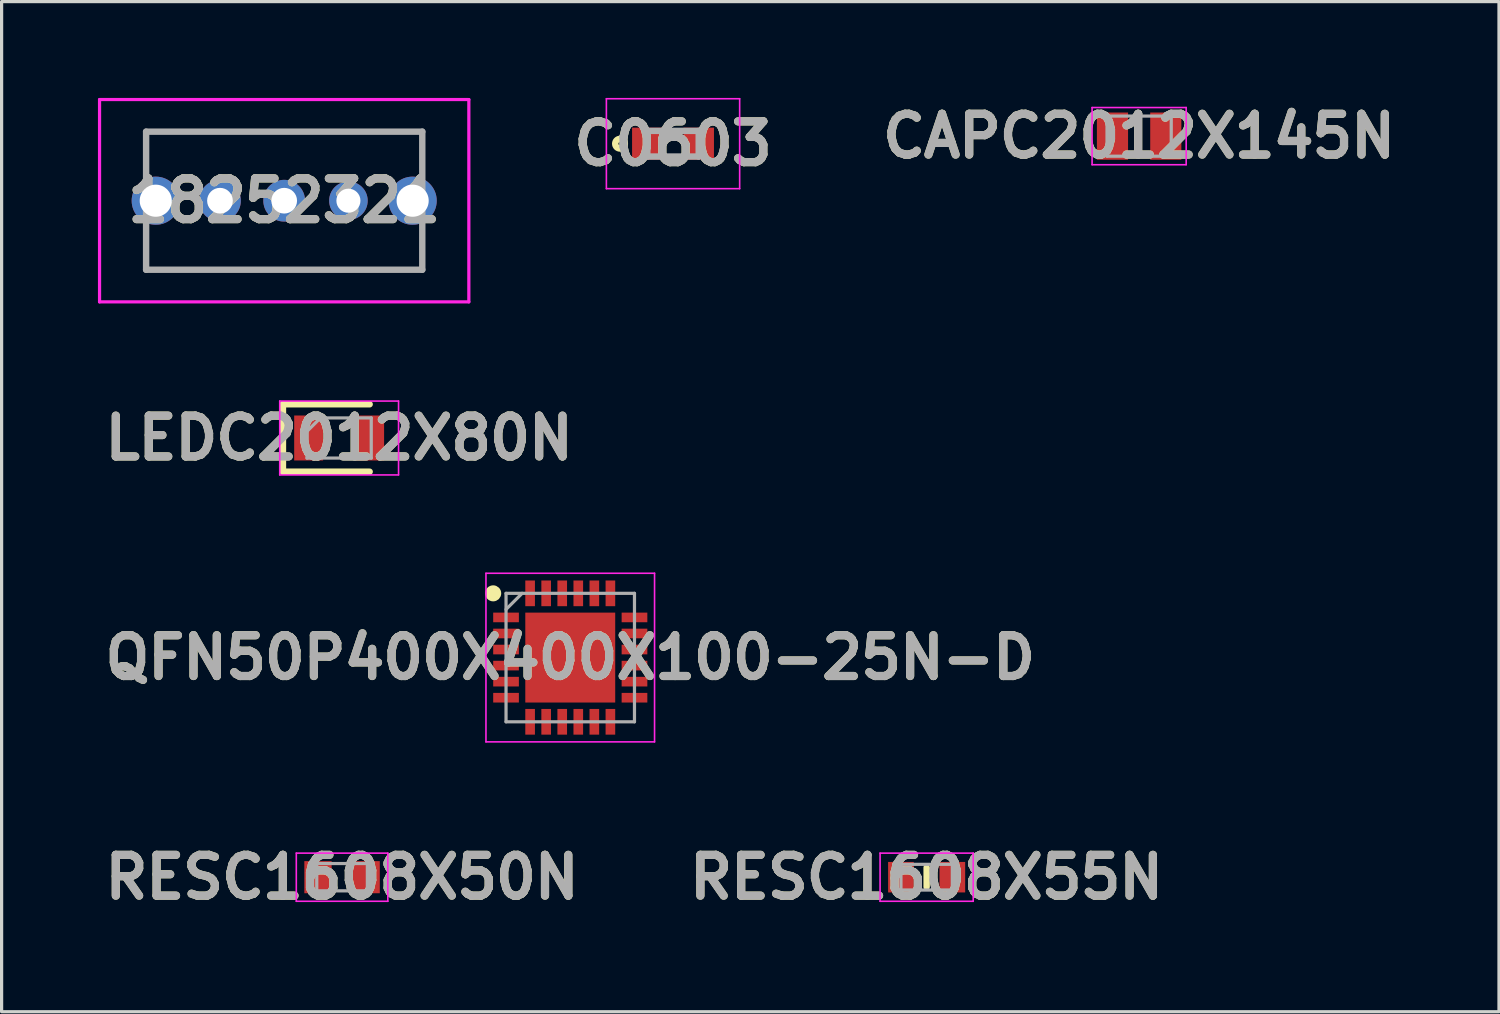
<source format=kicad_pcb>
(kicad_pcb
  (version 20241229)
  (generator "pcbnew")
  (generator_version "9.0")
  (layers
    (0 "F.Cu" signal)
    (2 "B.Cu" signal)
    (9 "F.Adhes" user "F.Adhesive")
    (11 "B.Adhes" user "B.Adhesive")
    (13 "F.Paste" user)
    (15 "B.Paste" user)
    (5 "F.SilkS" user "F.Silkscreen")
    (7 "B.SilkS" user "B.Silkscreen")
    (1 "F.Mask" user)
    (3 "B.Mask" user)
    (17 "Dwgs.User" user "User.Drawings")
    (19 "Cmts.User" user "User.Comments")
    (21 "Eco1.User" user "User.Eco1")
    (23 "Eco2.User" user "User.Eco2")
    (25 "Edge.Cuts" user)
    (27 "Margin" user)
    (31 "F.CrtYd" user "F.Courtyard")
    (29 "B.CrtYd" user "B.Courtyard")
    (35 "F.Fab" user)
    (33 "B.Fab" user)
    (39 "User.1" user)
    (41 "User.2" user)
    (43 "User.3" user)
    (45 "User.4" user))
  (footprint "RESC1608X55N"
    (layer "F.Cu")
    (at 25.806 24.266)
    (property "Reference" "RESC1608X55N" (at 0 0 0) (layer "F.SilkS") (effects (font (size 1.27 1.27) (thickness 0.254))))
    (attr smd)
    (fp_line (start 0 -0.3) (end 0 0.3) (stroke (width 0.2) (type solid)) (layer "F.SilkS"))
    (fp_line (start -1.45 -0.75) (end 1.45 -0.75) (stroke (width 0.05) (type solid)) (layer "F.CrtYd"))
    (fp_line (start -1.45 0.75) (end -1.45 -0.75) (stroke (width 0.05) (type solid)) (layer "F.CrtYd"))
    (fp_line (start 1.45 -0.75) (end 1.45 0.75) (stroke (width 0.05) (type solid)) (layer "F.CrtYd"))
    (fp_line (start 1.45 0.75) (end -1.45 0.75) (stroke (width 0.05) (type solid)) (layer "F.CrtYd"))
    (fp_line (start -0.8 -0.4) (end 0.8 -0.4) (stroke (width 0.1) (type solid)) (layer "F.Fab"))
    (fp_line (start -0.8 0.4) (end -0.8 -0.4) (stroke (width 0.1) (type solid)) (layer "F.Fab"))
    (fp_line (start 0.8 -0.4) (end 0.8 0.4) (stroke (width 0.1) (type solid)) (layer "F.Fab"))
    (fp_line (start 0.8 0.4) (end -0.8 0.4) (stroke (width 0.1) (type solid)) (layer "F.Fab"))
    (fp_text user "${REFERENCE}" (at 0 0 0) (layer "F.Fab") (effects (font (size 1.27 1.27) (thickness 0.254))))
    (pad "1" smd rect (at -0.8 0) (size 0.8 0.95) (layers "F.Cu" "F.Mask" "F.Paste"))
    (pad "2" smd rect (at 0.8 0) (size 0.8 0.95) (layers "F.Cu" "F.Mask" "F.Paste")))
  (footprint "RESC1608X50N"
    (layer "F.Cu")
    (at 7.602 24.266)
    (property "Reference" "RESC1608X50N" (at 0 0 0) (layer "F.SilkS") (effects (font (size 1.27 1.27) (thickness 0.254))))
    (attr smd)
    (fp_line (start -1.425 -0.75) (end 1.425 -0.75) (stroke (width 0.05) (type solid)) (layer "F.CrtYd"))
    (fp_line (start -1.425 0.75) (end -1.425 -0.75) (stroke (width 0.05) (type solid)) (layer "F.CrtYd"))
    (fp_line (start 1.425 -0.75) (end 1.425 0.75) (stroke (width 0.05) (type solid)) (layer "F.CrtYd"))
    (fp_line (start 1.425 0.75) (end -1.425 0.75) (stroke (width 0.05) (type solid)) (layer "F.CrtYd"))
    (fp_line (start -0.788 -0.425) (end 0.788 -0.425) (stroke (width 0.1) (type solid)) (layer "F.Fab"))
    (fp_line (start -0.788 0.425) (end -0.788 -0.425) (stroke (width 0.1) (type solid)) (layer "F.Fab"))
    (fp_line (start 0.788 -0.425) (end 0.788 0.425) (stroke (width 0.1) (type solid)) (layer "F.Fab"))
    (fp_line (start 0.788 0.425) (end -0.788 0.425) (stroke (width 0.1) (type solid)) (layer "F.Fab"))
    (fp_text user "${REFERENCE}" (at 0 0 0) (layer "F.Fab") (effects (font (size 1.27 1.27) (thickness 0.254))))
    (pad "1" smd rect (at -0.75 0) (size 0.85 1) (layers "F.Cu" "F.Mask" "F.Paste"))
    (pad "2" smd rect (at 0.75 0) (size 0.85 1) (layers "F.Cu" "F.Mask" "F.Paste")))
  (footprint "LEDC2012X80N"
    (layer "F.Cu")
    (at 7.511 10.589)
    (property "Reference" "LEDC2012X80N" (at 0 0 0) (layer "F.SilkS") (effects (font (size 1.27 1.27) (thickness 0.254))))
    (attr smd)
    (fp_line (start -1.75 -1.05) (end -1.75 1.05) (stroke (width 0.2) (type solid)) (layer "F.SilkS"))
    (fp_line (start -1.75 1.05) (end 0.95 1.05) (stroke (width 0.2) (type solid)) (layer "F.SilkS"))
    (fp_line (start 0.95 -1.05) (end -1.75 -1.05) (stroke (width 0.2) (type solid)) (layer "F.SilkS"))
    (fp_line (start -1.85 -1.15) (end 1.85 -1.15) (stroke (width 0.05) (type solid)) (layer "F.CrtYd"))
    (fp_line (start -1.85 1.15) (end -1.85 -1.15) (stroke (width 0.05) (type solid)) (layer "F.CrtYd"))
    (fp_line (start 1.85 -1.15) (end 1.85 1.15) (stroke (width 0.05) (type solid)) (layer "F.CrtYd"))
    (fp_line (start 1.85 1.15) (end -1.85 1.15) (stroke (width 0.05) (type solid)) (layer "F.CrtYd"))
    (fp_line (start -1 -0.625) (end 1 -0.625) (stroke (width 0.1) (type solid)) (layer "F.Fab"))
    (fp_line (start -1 -0.208) (end -0.583 -0.625) (stroke (width 0.1) (type solid)) (layer "F.Fab"))
    (fp_line (start -1 0.625) (end -1 -0.625) (stroke (width 0.1) (type solid)) (layer "F.Fab"))
    (fp_line (start 1 -0.625) (end 1 0.625) (stroke (width 0.1) (type solid)) (layer "F.Fab"))
    (fp_line (start 1 0.625) (end -1 0.625) (stroke (width 0.1) (type solid)) (layer "F.Fab"))
    (fp_text user "${REFERENCE}" (at 0 0 0) (layer "F.Fab") (effects (font (size 1.27 1.27) (thickness 0.254))))
    (pad "1" smd rect (at -0.95 0) (size 0.9 1.4) (layers "F.Cu" "F.Mask" "F.Paste"))
    (pad "2" smd rect (at 0.95 0) (size 0.9 1.4) (layers "F.Cu" "F.Mask" "F.Paste")))
  (footprint "CAPC2012X145N"
    (layer "F.Cu")
    (at 32.423 1.189)
    (property "Reference" "CAPC2012X145N" (at 0 0 0) (layer "F.SilkS") (effects (font (size 1.27 1.27) (thickness 0.254))))
    (attr smd)
    (fp_line (start -1.465 -0.89) (end 1.465 -0.89) (stroke (width 0.05) (type solid)) (layer "F.CrtYd"))
    (fp_line (start -1.465 0.89) (end -1.465 -0.89) (stroke (width 0.05) (type solid)) (layer "F.CrtYd"))
    (fp_line (start 1.465 -0.89) (end 1.465 0.89) (stroke (width 0.05) (type solid)) (layer "F.CrtYd"))
    (fp_line (start 1.465 0.89) (end -1.465 0.89) (stroke (width 0.05) (type solid)) (layer "F.CrtYd"))
    (fp_line (start -1 -0.625) (end 1 -0.625) (stroke (width 0.1) (type solid)) (layer "F.Fab"))
    (fp_line (start -1 0.625) (end -1 -0.625) (stroke (width 0.1) (type solid)) (layer "F.Fab"))
    (fp_line (start 1 -0.625) (end 1 0.625) (stroke (width 0.1) (type solid)) (layer "F.Fab"))
    (fp_line (start 1 0.625) (end -1 0.625) (stroke (width 0.1) (type solid)) (layer "F.Fab"))
    (fp_text user "${REFERENCE}" (at 0 0 0) (layer "F.Fab") (effects (font (size 1.27 1.27) (thickness 0.254))))
    (pad "1" smd rect (at -0.83 0) (size 0.97 1.47) (layers "F.Cu" "F.Mask" "F.Paste"))
    (pad "2" smd rect (at 0.83 0) (size 0.97 1.47) (layers "F.Cu" "F.Mask" "F.Paste")))
  (footprint "18252321"
    (layer "F.Cu")
    (at 3.8 3.2)
    (property "Reference" "18252321" (at 2 0 0) (layer "F.SilkS") (effects (font (size 1.27 1.27) (thickness 0.254))))
    (attr through_hole)
    (fp_line (start -2.3 -2.15) (end 6.3 -2.15) (stroke (width 0.1) (type solid)) (layer "F.SilkS"))
    (fp_line (start -2.3 -1) (end -2.3 -2.15) (stroke (width 0.1) (type solid)) (layer "F.SilkS"))
    (fp_line (start -2.3 1) (end -2.3 2.15) (stroke (width 0.1) (type solid)) (layer "F.SilkS"))
    (fp_line (start -2.3 2.15) (end 6.3 2.15) (stroke (width 0.1) (type solid)) (layer "F.SilkS"))
    (fp_line (start 6.3 -2.15) (end 6.3 -1) (stroke (width 0.1) (type solid)) (layer "F.SilkS"))
    (fp_line (start 6.3 2.15) (end 6.3 1) (stroke (width 0.1) (type solid)) (layer "F.SilkS"))
    (fp_line (start -3.75 -3.15) (end 7.75 -3.15) (stroke (width 0.1) (type solid)) (layer "F.CrtYd"))
    (fp_line (start -3.75 3.15) (end -3.75 -3.15) (stroke (width 0.1) (type solid)) (layer "F.CrtYd"))
    (fp_line (start 7.75 -3.15) (end 7.75 3.15) (stroke (width 0.1) (type solid)) (layer "F.CrtYd"))
    (fp_line (start 7.75 3.15) (end -3.75 3.15) (stroke (width 0.1) (type solid)) (layer "F.CrtYd"))
    (fp_line (start -2.3 -2.15) (end 6.3 -2.15) (stroke (width 0.2) (type solid)) (layer "F.Fab"))
    (fp_line (start -2.3 2.15) (end -2.3 -2.15) (stroke (width 0.2) (type solid)) (layer "F.Fab"))
    (fp_line (start 6.3 -2.15) (end 6.3 2.15) (stroke (width 0.2) (type solid)) (layer "F.Fab"))
    (fp_line (start 6.3 2.15) (end -2.3 2.15) (stroke (width 0.2) (type solid)) (layer "F.Fab"))
    (fp_text user "${REFERENCE}" (at 2 0 0) (layer "F.Fab") (effects (font (size 1.27 1.27) (thickness 0.254))))
    (pad "1" thru_hole circle (at 0 0) (size 1.3 1.3) (drill 0.8) (layers "*.Cu" "*.Mask"))
    (pad "2" thru_hole circle (at 2 0) (size 1.3 1.3) (drill 0.8) (layers "*.Cu" "*.Mask"))
    (pad "3" thru_hole circle (at 4 0) (size 1.2 1.2) (drill 0.75) (layers "*.Cu" "*.Mask"))
    (pad "MH1" thru_hole circle (at -2 0) (size 1.5 1.5) (drill 1) (layers "*.Cu" "*.Mask"))
    (pad "MH2" thru_hole circle (at 6 0) (size 1.5 1.5) (drill 1) (layers "*.Cu" "*.Mask")))
  (footprint "C0603"
    (layer "F.Cu")
    (at 17.908 1.425)
    (property "Reference" "C0603" (at 0 0 0) (layer "F.SilkS") (effects (font (size 1.27 1.27) (thickness 0.254))))
    (attr smd)
    (fp_circle (center -1.65 0) (end -1.65 0.05) (stroke (width 0.2) (type solid)) (fill no) (layer "F.SilkS"))
    (fp_line (start -2.075 -1.4) (end 2.075 -1.4) (stroke (width 0.05) (type solid)) (layer "F.CrtYd"))
    (fp_line (start -2.075 1.4) (end -2.075 -1.4) (stroke (width 0.05) (type solid)) (layer "F.CrtYd"))
    (fp_line (start 2.075 -1.4) (end 2.075 1.4) (stroke (width 0.05) (type solid)) (layer "F.CrtYd"))
    (fp_line (start 2.075 1.4) (end -2.075 1.4) (stroke (width 0.05) (type solid)) (layer "F.CrtYd"))
    (fp_line (start -0.8 -0.4) (end 0.8 -0.4) (stroke (width 0.2) (type solid)) (layer "F.Fab"))
    (fp_line (start -0.8 0.4) (end -0.8 -0.4) (stroke (width 0.2) (type solid)) (layer "F.Fab"))
    (fp_line (start 0.8 -0.4) (end 0.8 0.4) (stroke (width 0.2) (type solid)) (layer "F.Fab"))
    (fp_line (start 0.8 0.4) (end -0.8 0.4) (stroke (width 0.2) (type solid)) (layer "F.Fab"))
    (fp_text user "${REFERENCE}" (at 0 0 0) (layer "F.Fab") (effects (font (size 1.27 1.27) (thickness 0.254))))
    (pad "1" smd rect (at -0.8 0) (size 0.95 1) (layers "F.Cu" "F.Mask" "F.Paste"))
    (pad "2" smd rect (at 0.8 0) (size 0.95 1) (layers "F.Cu" "F.Mask" "F.Paste")))
  (footprint "QFN50P400X400X100-25N-D"
    (layer "F.Cu")
    (at 14.708 17.427)
    (property "Reference" "QFN50P400X400X100-25N-D" (at 0 0 0) (layer "F.SilkS") (effects (font (size 1.27 1.27) (thickness 0.254))))
    (attr smd)
    (fp_circle (center -2.4 -2) (end -2.4 -1.875) (stroke (width 0.25) (type solid)) (fill no) (layer "F.SilkS"))
    (fp_line (start -2.625 -2.625) (end 2.625 -2.625) (stroke (width 0.05) (type solid)) (layer "F.CrtYd"))
    (fp_line (start -2.625 2.625) (end -2.625 -2.625) (stroke (width 0.05) (type solid)) (layer "F.CrtYd"))
    (fp_line (start 2.625 -2.625) (end 2.625 2.625) (stroke (width 0.05) (type solid)) (layer "F.CrtYd"))
    (fp_line (start 2.625 2.625) (end -2.625 2.625) (stroke (width 0.05) (type solid)) (layer "F.CrtYd"))
    (fp_line (start -2 -2) (end 2 -2) (stroke (width 0.1) (type solid)) (layer "F.Fab"))
    (fp_line (start -2 -1.5) (end -1.5 -2) (stroke (width 0.1) (type solid)) (layer "F.Fab"))
    (fp_line (start -2 2) (end -2 -2) (stroke (width 0.1) (type solid)) (layer "F.Fab"))
    (fp_line (start 2 -2) (end 2 2) (stroke (width 0.1) (type solid)) (layer "F.Fab"))
    (fp_line (start 2 2) (end -2 2) (stroke (width 0.1) (type solid)) (layer "F.Fab"))
    (fp_text user "${REFERENCE}" (at 0 0 0) (layer "F.Fab") (effects (font (size 1.27 1.27) (thickness 0.254))))
    (pad "1" smd rect (at -2 -1.25 90) (size 0.3 0.8) (layers "F.Cu" "F.Mask" "F.Paste"))
    (pad "2" smd rect (at -2 -0.75 90) (size 0.3 0.8) (layers "F.Cu" "F.Mask" "F.Paste"))
    (pad "3" smd rect (at -2 -0.25 90) (size 0.3 0.8) (layers "F.Cu" "F.Mask" "F.Paste"))
    (pad "4" smd rect (at -2 0.25 90) (size 0.3 0.8) (layers "F.Cu" "F.Mask" "F.Paste"))
    (pad "5" smd rect (at -2 0.75 90) (size 0.3 0.8) (layers "F.Cu" "F.Mask" "F.Paste"))
    (pad "6" smd rect (at -2 1.25 90) (size 0.3 0.8) (layers "F.Cu" "F.Mask" "F.Paste"))
    (pad "7" smd rect (at -1.25 2) (size 0.3 0.8) (layers "F.Cu" "F.Mask" "F.Paste"))
    (pad "8" smd rect (at -0.75 2) (size 0.3 0.8) (layers "F.Cu" "F.Mask" "F.Paste"))
    (pad "9" smd rect (at -0.25 2) (size 0.3 0.8) (layers "F.Cu" "F.Mask" "F.Paste"))
    (pad "10" smd rect (at 0.25 2) (size 0.3 0.8) (layers "F.Cu" "F.Mask" "F.Paste"))
    (pad "11" smd rect (at 0.75 2) (size 0.3 0.8) (layers "F.Cu" "F.Mask" "F.Paste"))
    (pad "12" smd rect (at 1.25 2) (size 0.3 0.8) (layers "F.Cu" "F.Mask" "F.Paste"))
    (pad "13" smd rect (at 2 1.25 90) (size 0.3 0.8) (layers "F.Cu" "F.Mask" "F.Paste"))
    (pad "14" smd rect (at 2 0.75 90) (size 0.3 0.8) (layers "F.Cu" "F.Mask" "F.Paste"))
    (pad "15" smd rect (at 2 0.25 90) (size 0.3 0.8) (layers "F.Cu" "F.Mask" "F.Paste"))
    (pad "16" smd rect (at 2 -0.25 90) (size 0.3 0.8) (layers "F.Cu" "F.Mask" "F.Paste"))
    (pad "17" smd rect (at 2 -0.75 90) (size 0.3 0.8) (layers "F.Cu" "F.Mask" "F.Paste"))
    (pad "18" smd rect (at 2 -1.25 90) (size 0.3 0.8) (layers "F.Cu" "F.Mask" "F.Paste"))
    (pad "19" smd rect (at 1.25 -2) (size 0.3 0.8) (layers "F.Cu" "F.Mask" "F.Paste"))
    (pad "20" smd rect (at 0.75 -2) (size 0.3 0.8) (layers "F.Cu" "F.Mask" "F.Paste"))
    (pad "21" smd rect (at 0.25 -2) (size 0.3 0.8) (layers "F.Cu" "F.Mask" "F.Paste"))
    (pad "22" smd rect (at -0.25 -2) (size 0.3 0.8) (layers "F.Cu" "F.Mask" "F.Paste"))
    (pad "23" smd rect (at -0.75 -2) (size 0.3 0.8) (layers "F.Cu" "F.Mask" "F.Paste"))
    (pad "24" smd rect (at -1.25 -2) (size 0.3 0.8) (layers "F.Cu" "F.Mask" "F.Paste"))
    (pad "25" smd rect (at 0 0) (size 2.8 2.8) (layers "F.Cu" "F.Mask" "F.Paste")))
  (gr_rect
    (start -3 -3)
    (end 43.629 28.455)
    (stroke (width 0.1) (type default))
    (fill no)
    (layer "Edge.Cuts")))
</source>
